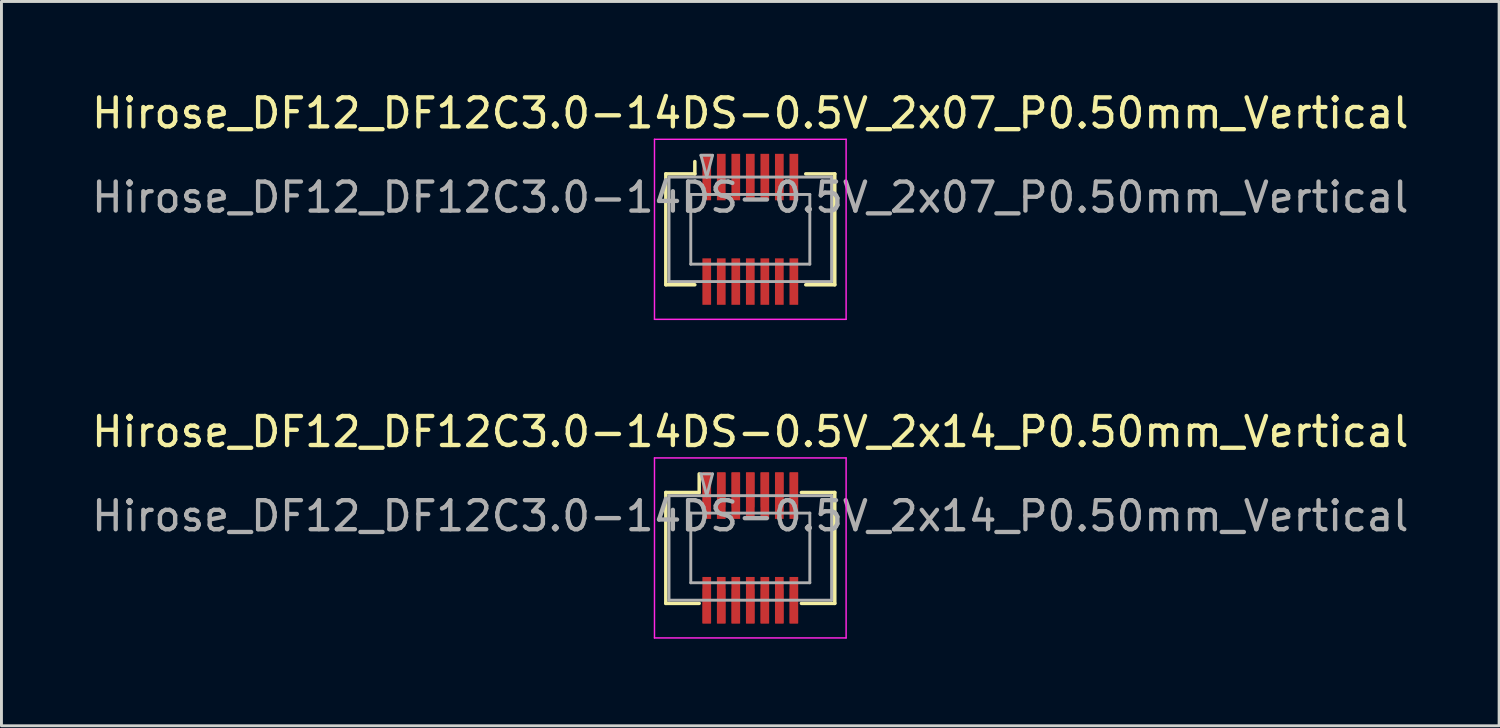
<source format=kicad_pcb>
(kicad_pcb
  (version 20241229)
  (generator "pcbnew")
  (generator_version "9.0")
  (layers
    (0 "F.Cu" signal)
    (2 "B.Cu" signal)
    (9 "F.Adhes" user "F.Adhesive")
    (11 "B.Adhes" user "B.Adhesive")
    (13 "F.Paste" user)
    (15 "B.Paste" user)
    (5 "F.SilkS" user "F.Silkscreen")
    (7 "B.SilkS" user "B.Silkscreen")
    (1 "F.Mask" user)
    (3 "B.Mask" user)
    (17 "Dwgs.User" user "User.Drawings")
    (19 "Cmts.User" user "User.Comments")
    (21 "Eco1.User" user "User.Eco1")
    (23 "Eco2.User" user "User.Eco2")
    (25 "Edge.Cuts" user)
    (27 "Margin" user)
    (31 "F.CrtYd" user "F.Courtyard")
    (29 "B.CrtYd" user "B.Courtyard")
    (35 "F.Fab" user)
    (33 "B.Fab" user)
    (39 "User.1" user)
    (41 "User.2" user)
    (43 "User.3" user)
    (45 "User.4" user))
  (footprint "Hirose_DF12_DF12C3.0-14DS-0.5V_2x14_P0.50mm_Vertical"
    (layer "F.Cu")
    (at 22.792 15.822)
    (property "Reference" "Hirose_DF12_DF12C3.0-14DS-0.5V_2x14_P0.50mm_Vertical" (at 0 -4 0) (layer "F.SilkS") (effects (font (size 1 1) (thickness 0.15))))
    (attr smd)
    (fp_line (start -2.91 -1.91) (end -1.76 -1.91) (stroke (width 0.12) (type solid)) (layer "F.SilkS"))
    (fp_line (start -2.91 1.91) (end -2.91 -1.91) (stroke (width 0.12) (type solid)) (layer "F.SilkS"))
    (fp_line (start -1.76 -1.91) (end -1.76 -2.55) (stroke (width 0.12) (type solid)) (layer "F.SilkS"))
    (fp_line (start -1.76 1.91) (end -2.91 1.91) (stroke (width 0.12) (type solid)) (layer "F.SilkS"))
    (fp_line (start 1.76 1.91) (end 2.91 1.91) (stroke (width 0.12) (type solid)) (layer "F.SilkS"))
    (fp_line (start 2.91 -1.91) (end 1.76 -1.91) (stroke (width 0.12) (type solid)) (layer "F.SilkS"))
    (fp_line (start 2.91 1.91) (end 2.91 -1.91) (stroke (width 0.12) (type solid)) (layer "F.SilkS"))
    (fp_line (start -3.3 -3.1) (end -3.3 3.1) (stroke (width 0.05) (type solid)) (layer "F.CrtYd"))
    (fp_line (start -3.3 3.1) (end 3.3 3.1) (stroke (width 0.05) (type solid)) (layer "F.CrtYd"))
    (fp_line (start 3.3 -3.1) (end -3.3 -3.1) (stroke (width 0.05) (type solid)) (layer "F.CrtYd"))
    (fp_line (start 3.3 3.1) (end 3.3 -3.1) (stroke (width 0.05) (type solid)) (layer "F.CrtYd"))
    (fp_line (start -2.8 -1.8) (end 2.8 -1.8) (stroke (width 0.1) (type solid)) (layer "F.Fab"))
    (fp_line (start -2.8 1.8) (end -2.8 -1.8) (stroke (width 0.1) (type solid)) (layer "F.Fab"))
    (fp_line (start -2.05 -1.2) (end 2.05 -1.2) (stroke (width 0.1) (type solid)) (layer "F.Fab"))
    (fp_line (start -2.05 1.2) (end -2.05 -1.2) (stroke (width 0.1) (type solid)) (layer "F.Fab"))
    (fp_line (start -1.7 -2.55) (end -1.5 -1.8) (stroke (width 0.1) (type solid)) (layer "F.Fab"))
    (fp_line (start -1.5 -1.8) (end -1.3 -2.55) (stroke (width 0.1) (type solid)) (layer "F.Fab"))
    (fp_line (start -1.3 -2.55) (end -1.7 -2.55) (stroke (width 0.1) (type solid)) (layer "F.Fab"))
    (fp_line (start 2.05 -1.2) (end 2.05 1.2) (stroke (width 0.1) (type solid)) (layer "F.Fab"))
    (fp_line (start 2.05 1.2) (end -2.05 1.2) (stroke (width 0.1) (type solid)) (layer "F.Fab"))
    (fp_line (start 2.8 -1.8) (end 2.8 1.8) (stroke (width 0.1) (type solid)) (layer "F.Fab"))
    (fp_line (start 2.8 1.8) (end -2.8 1.8) (stroke (width 0.1) (type solid)) (layer "F.Fab"))
    (fp_text user "${REFERENCE}" (at 0 -1.1 0) (layer "F.Fab") (effects (font (size 1 1) (thickness 0.15))))
    (pad "" smd rect (at -1.5 -2) (size 0.28 1.2) (layers "F.Cu" "F.Paste"))
    (pad "" smd rect (at -1.5 2) (size 0.28 1.2) (layers "F.Cu" "F.Paste"))
    (pad "" smd rect (at -1 -2) (size 0.28 1.2) (layers "F.Cu" "F.Paste"))
    (pad "" smd rect (at -1 2) (size 0.28 1.2) (layers "F.Cu" "F.Paste"))
    (pad "" smd rect (at -0.5 -2) (size 0.28 1.2) (layers "F.Cu" "F.Paste"))
    (pad "" smd rect (at -0.5 2) (size 0.28 1.2) (layers "F.Cu" "F.Paste"))
    (pad "" smd rect (at 0 -2) (size 0.28 1.2) (layers "F.Cu" "F.Paste"))
    (pad "" smd rect (at 0 2) (size 0.28 1.2) (layers "F.Cu" "F.Paste"))
    (pad "" smd rect (at 0.5 -2) (size 0.28 1.2) (layers "F.Cu" "F.Paste"))
    (pad "" smd rect (at 0.5 2) (size 0.28 1.2) (layers "F.Cu" "F.Paste"))
    (pad "" smd rect (at 1 -2) (size 0.28 1.2) (layers "F.Cu" "F.Paste"))
    (pad "" smd rect (at 1 2) (size 0.28 1.2) (layers "F.Cu" "F.Paste"))
    (pad "" smd rect (at 1.5 -2) (size 0.28 1.2) (layers "F.Cu" "F.Paste"))
    (pad "" smd rect (at 1.5 2) (size 0.28 1.2) (layers "F.Cu" "F.Paste"))
    (pad "1" smd rect (at -1.5 -1.8) (size 0.3 1.6) (layers "F.Cu" "F.Mask"))
    (pad "2" smd rect (at -1 -1.8) (size 0.3 1.6) (layers "F.Cu" "F.Mask"))
    (pad "3" smd rect (at -0.5 -1.8) (size 0.3 1.6) (layers "F.Cu" "F.Mask"))
    (pad "4" smd rect (at 0 -1.8) (size 0.3 1.6) (layers "F.Cu" "F.Mask"))
    (pad "5" smd rect (at 0.5 -1.8) (size 0.3 1.6) (layers "F.Cu" "F.Mask"))
    (pad "6" smd rect (at 1 -1.8) (size 0.3 1.6) (layers "F.Cu" "F.Mask"))
    (pad "7" smd rect (at 1.5 -1.8) (size 0.3 1.6) (layers "F.Cu" "F.Mask"))
    (pad "8" smd rect (at -1.5 1.8) (size 0.3 1.6) (layers "F.Cu" "F.Mask"))
    (pad "9" smd rect (at -1 1.8) (size 0.3 1.6) (layers "F.Cu" "F.Mask"))
    (pad "10" smd rect (at -0.5 1.8) (size 0.3 1.6) (layers "F.Cu" "F.Mask"))
    (pad "11" smd rect (at 0 1.8) (size 0.3 1.6) (layers "F.Cu" "F.Mask"))
    (pad "12" smd rect (at 0.5 1.8) (size 0.3 1.6) (layers "F.Cu" "F.Mask"))
    (pad "13" smd rect (at 1 1.8) (size 0.3 1.6) (layers "F.Cu" "F.Mask"))
    (pad "14" smd rect (at 1.5 1.8) (size 0.3 1.6) (layers "F.Cu" "F.Mask")))
  (footprint "Hirose_DF12_DF12C3.0-14DS-0.5V_2x07_P0.50mm_Vertical"
    (layer "F.Cu")
    (at 22.792 4.848)
    (property "Reference" "Hirose_DF12_DF12C3.0-14DS-0.5V_2x07_P0.50mm_Vertical" (at 0 -4 0) (layer "F.SilkS") (effects (font (size 1 1) (thickness 0.15))))
    (attr smd)
    (fp_line (start -2.91 -1.91) (end -1.91 -1.91) (stroke (width 0.12) (type solid)) (layer "F.SilkS"))
    (fp_line (start -2.91 1.91) (end -2.91 -1.91) (stroke (width 0.12) (type solid)) (layer "F.SilkS"))
    (fp_line (start -1.91 -1.91) (end -1.91 -2.333) (stroke (width 0.12) (type solid)) (layer "F.SilkS"))
    (fp_line (start -1.91 1.91) (end -2.91 1.91) (stroke (width 0.12) (type solid)) (layer "F.SilkS"))
    (fp_line (start 1.91 1.91) (end 2.91 1.91) (stroke (width 0.12) (type solid)) (layer "F.SilkS"))
    (fp_line (start 2.91 -1.91) (end 1.91 -1.91) (stroke (width 0.12) (type solid)) (layer "F.SilkS"))
    (fp_line (start 2.91 1.91) (end 2.91 -1.91) (stroke (width 0.12) (type solid)) (layer "F.SilkS"))
    (fp_line (start -3.3 -3.1) (end -3.3 3.1) (stroke (width 0.05) (type solid)) (layer "F.CrtYd"))
    (fp_line (start -3.3 3.1) (end 3.3 3.1) (stroke (width 0.05) (type solid)) (layer "F.CrtYd"))
    (fp_line (start 3.3 -3.1) (end -3.3 -3.1) (stroke (width 0.05) (type solid)) (layer "F.CrtYd"))
    (fp_line (start 3.3 3.1) (end 3.3 -3.1) (stroke (width 0.05) (type solid)) (layer "F.CrtYd"))
    (fp_line (start -2.8 -1.8) (end 2.8 -1.8) (stroke (width 0.1) (type solid)) (layer "F.Fab"))
    (fp_line (start -2.8 1.8) (end -2.8 -1.8) (stroke (width 0.1) (type solid)) (layer "F.Fab"))
    (fp_line (start -2.05 -1.2) (end 2.05 -1.2) (stroke (width 0.1) (type solid)) (layer "F.Fab"))
    (fp_line (start -2.05 1.2) (end -2.05 -1.2) (stroke (width 0.1) (type solid)) (layer "F.Fab"))
    (fp_line (start -1.7 -2.55) (end -1.5 -1.8) (stroke (width 0.1) (type solid)) (layer "F.Fab"))
    (fp_line (start -1.5 -1.8) (end -1.3 -2.55) (stroke (width 0.1) (type solid)) (layer "F.Fab"))
    (fp_line (start -1.3 -2.55) (end -1.7 -2.55) (stroke (width 0.1) (type solid)) (layer "F.Fab"))
    (fp_line (start 2.05 -1.2) (end 2.05 1.2) (stroke (width 0.1) (type solid)) (layer "F.Fab"))
    (fp_line (start 2.05 1.2) (end -2.05 1.2) (stroke (width 0.1) (type solid)) (layer "F.Fab"))
    (fp_line (start 2.8 -1.8) (end 2.8 1.8) (stroke (width 0.1) (type solid)) (layer "F.Fab"))
    (fp_line (start 2.8 1.8) (end -2.8 1.8) (stroke (width 0.1) (type solid)) (layer "F.Fab"))
    (fp_text user "${REFERENCE}" (at 0 -1.1 0) (layer "F.Fab") (effects (font (size 1 1) (thickness 0.15))))
    (pad "" smd rect (at -1.5 -2) (size 0.28 1.2) (layers "F.Paste"))
    (pad "" smd rect (at -1.5 2) (size 0.28 1.2) (layers "F.Paste"))
    (pad "" smd rect (at -1 -2) (size 0.28 1.2) (layers "F.Paste"))
    (pad "" smd rect (at -1 2) (size 0.28 1.2) (layers "F.Paste"))
    (pad "" smd rect (at -0.5 -2) (size 0.28 1.2) (layers "F.Paste"))
    (pad "" smd rect (at -0.5 2) (size 0.28 1.2) (layers "F.Paste"))
    (pad "" smd rect (at 0 -2) (size 0.28 1.2) (layers "F.Paste"))
    (pad "" smd rect (at 0 2) (size 0.28 1.2) (layers "F.Paste"))
    (pad "" smd rect (at 0.5 -2) (size 0.28 1.2) (layers "F.Paste"))
    (pad "" smd rect (at 0.5 2) (size 0.28 1.2) (layers "F.Paste"))
    (pad "" smd rect (at 1 -2) (size 0.28 1.2) (layers "F.Paste"))
    (pad "" smd rect (at 1 2) (size 0.28 1.2) (layers "F.Paste"))
    (pad "" smd rect (at 1.5 -2) (size 0.28 1.2) (layers "F.Paste"))
    (pad "" smd rect (at 1.5 2) (size 0.28 1.2) (layers "F.Paste"))
    (pad "1" smd rect (at -1.5 -1.8) (size 0.3 1.6) (layers "F.Cu" "F.Mask"))
    (pad "2" smd rect (at -1 -1.8) (size 0.3 1.6) (layers "F.Cu" "F.Mask"))
    (pad "3" smd rect (at -0.5 -1.8) (size 0.3 1.6) (layers "F.Cu" "F.Mask"))
    (pad "4" smd rect (at 0 -1.8) (size 0.3 1.6) (layers "F.Cu" "F.Mask"))
    (pad "5" smd rect (at 0.5 -1.8) (size 0.3 1.6) (layers "F.Cu" "F.Mask"))
    (pad "6" smd rect (at 1 -1.8) (size 0.3 1.6) (layers "F.Cu" "F.Mask"))
    (pad "7" smd rect (at 1.5 -1.8) (size 0.3 1.6) (layers "F.Cu" "F.Mask"))
    (pad "8" smd rect (at -1.5 1.8) (size 0.3 1.6) (layers "F.Cu" "F.Mask"))
    (pad "9" smd rect (at -1 1.8) (size 0.3 1.6) (layers "F.Cu" "F.Mask"))
    (pad "10" smd rect (at -0.5 1.8) (size 0.3 1.6) (layers "F.Cu" "F.Mask"))
    (pad "11" smd rect (at 0 1.8) (size 0.3 1.6) (layers "F.Cu" "F.Mask"))
    (pad "12" smd rect (at 0.5 1.8) (size 0.3 1.6) (layers "F.Cu" "F.Mask"))
    (pad "13" smd rect (at 1 1.8) (size 0.3 1.6) (layers "F.Cu" "F.Mask"))
    (pad "14" smd rect (at 1.5 1.8) (size 0.3 1.6) (layers "F.Cu" "F.Mask")))
  (gr_rect
    (start -3 -3)
    (end 48.583 21.947)
    (stroke (width 0.1) (type default))
    (fill no)
    (layer "Edge.Cuts")))
</source>
